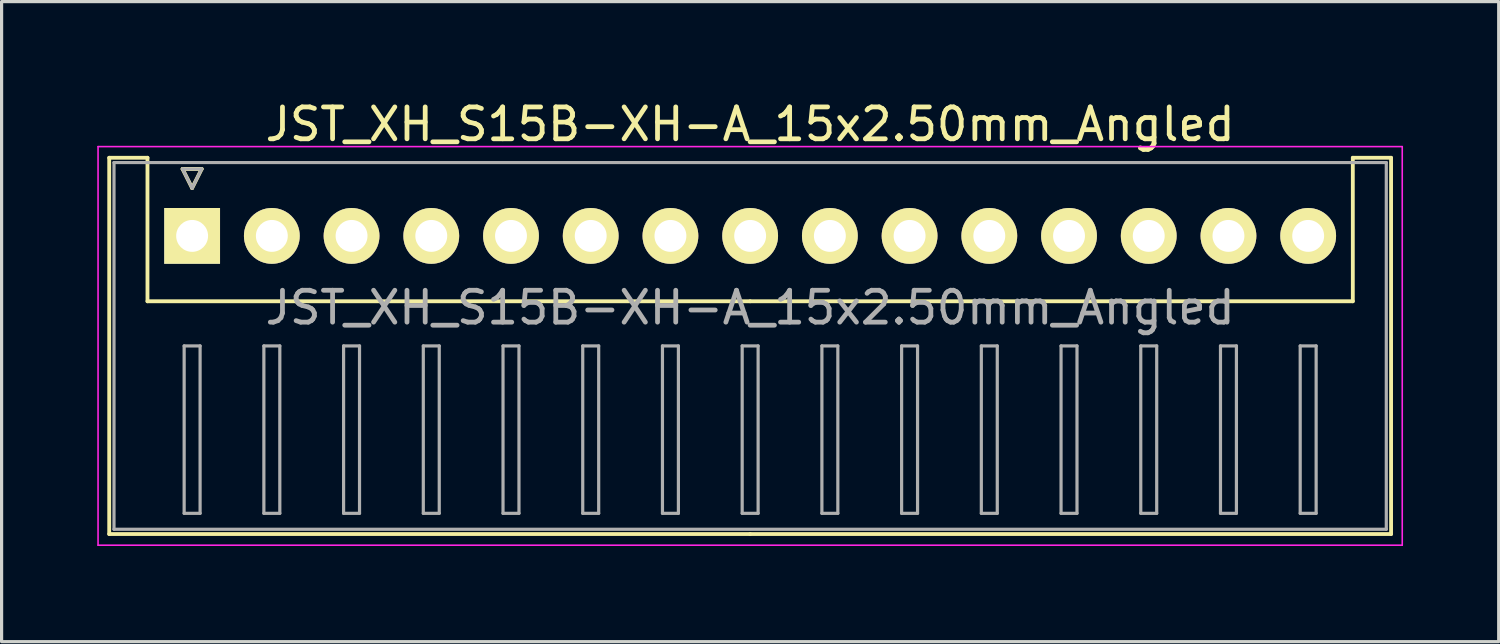
<source format=kicad_pcb>
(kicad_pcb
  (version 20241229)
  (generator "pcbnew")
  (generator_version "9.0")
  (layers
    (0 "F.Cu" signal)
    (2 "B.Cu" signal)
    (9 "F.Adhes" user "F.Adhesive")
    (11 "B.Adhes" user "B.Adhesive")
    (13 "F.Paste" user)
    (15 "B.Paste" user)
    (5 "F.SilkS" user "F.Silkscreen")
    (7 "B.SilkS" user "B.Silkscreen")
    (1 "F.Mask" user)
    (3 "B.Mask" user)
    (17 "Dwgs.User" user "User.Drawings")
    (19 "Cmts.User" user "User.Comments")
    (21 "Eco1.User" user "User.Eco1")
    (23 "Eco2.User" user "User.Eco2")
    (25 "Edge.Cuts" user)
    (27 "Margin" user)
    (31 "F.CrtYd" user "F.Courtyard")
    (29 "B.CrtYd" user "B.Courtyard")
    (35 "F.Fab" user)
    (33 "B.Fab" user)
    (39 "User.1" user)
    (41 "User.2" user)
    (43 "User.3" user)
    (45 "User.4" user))
  (footprint "JST_XH_S15B-XH-A_15x2.50mm_Angled"
    (layer "F.Cu")
    (at 2.975 4.348)
    (property "Reference" "JST_XH_S15B-XH-A_15x2.50mm_Angled" (at 17.5 -3.5 0) (layer "F.SilkS") (effects (font (size 1 1) (thickness 0.15))))
    (attr through_hole)
    (fp_line (start -2.6 -2.45) (end -1.4 -2.45) (stroke (width 0.12) (type solid)) (layer "F.SilkS"))
    (fp_line (start -2.6 9.35) (end -2.6 -2.45) (stroke (width 0.12) (type solid)) (layer "F.SilkS"))
    (fp_line (start -1.4 -2.45) (end -1.4 2.05) (stroke (width 0.12) (type solid)) (layer "F.SilkS"))
    (fp_line (start -1.4 2.05) (end 17.5 2.05) (stroke (width 0.12) (type solid)) (layer "F.SilkS"))
    (fp_line (start -0.3 -2.1) (end 0.3 -2.1) (stroke (width 0.12) (type solid)) (layer "F.SilkS"))
    (fp_line (start 0 -1.5) (end -0.3 -2.1) (stroke (width 0.12) (type solid)) (layer "F.SilkS"))
    (fp_line (start 0.3 -2.1) (end 0 -1.5) (stroke (width 0.12) (type solid)) (layer "F.SilkS"))
    (fp_line (start 17.5 9.35) (end -2.6 9.35) (stroke (width 0.12) (type solid)) (layer "F.SilkS"))
    (fp_line (start 17.5 9.35) (end 37.6 9.35) (stroke (width 0.12) (type solid)) (layer "F.SilkS"))
    (fp_line (start 36.4 -2.45) (end 36.4 2.05) (stroke (width 0.12) (type solid)) (layer "F.SilkS"))
    (fp_line (start 36.4 2.05) (end 17.5 2.05) (stroke (width 0.12) (type solid)) (layer "F.SilkS"))
    (fp_line (start 37.6 -2.45) (end 36.4 -2.45) (stroke (width 0.12) (type solid)) (layer "F.SilkS"))
    (fp_line (start 37.6 9.35) (end 37.6 -2.45) (stroke (width 0.12) (type solid)) (layer "F.SilkS"))
    (fp_line (start -2.95 -2.8) (end -2.95 9.7) (stroke (width 0.05) (type solid)) (layer "F.CrtYd"))
    (fp_line (start -2.95 9.7) (end 37.95 9.7) (stroke (width 0.05) (type solid)) (layer "F.CrtYd"))
    (fp_line (start 37.95 -2.8) (end -2.95 -2.8) (stroke (width 0.05) (type solid)) (layer "F.CrtYd"))
    (fp_line (start 37.95 9.7) (end 37.95 -2.8) (stroke (width 0.05) (type solid)) (layer "F.CrtYd"))
    (fp_line (start -2.45 -2.3) (end -2.45 9.2) (stroke (width 0.1) (type solid)) (layer "F.Fab"))
    (fp_line (start -2.45 9.2) (end 37.45 9.2) (stroke (width 0.1) (type solid)) (layer "F.Fab"))
    (fp_line (start -0.3 -2.1) (end 0.3 -2.1) (stroke (width 0.1) (type solid)) (layer "F.Fab"))
    (fp_line (start -0.25 3.45) (end -0.25 8.7) (stroke (width 0.1) (type solid)) (layer "F.Fab"))
    (fp_line (start -0.25 8.7) (end 0.25 8.7) (stroke (width 0.1) (type solid)) (layer "F.Fab"))
    (fp_line (start 0 -1.5) (end -0.3 -2.1) (stroke (width 0.1) (type solid)) (layer "F.Fab"))
    (fp_line (start 0.25 3.45) (end -0.25 3.45) (stroke (width 0.1) (type solid)) (layer "F.Fab"))
    (fp_line (start 0.25 8.7) (end 0.25 3.45) (stroke (width 0.1) (type solid)) (layer "F.Fab"))
    (fp_line (start 0.3 -2.1) (end 0 -1.5) (stroke (width 0.1) (type solid)) (layer "F.Fab"))
    (fp_line (start 2.25 3.45) (end 2.25 8.7) (stroke (width 0.1) (type solid)) (layer "F.Fab"))
    (fp_line (start 2.25 8.7) (end 2.75 8.7) (stroke (width 0.1) (type solid)) (layer "F.Fab"))
    (fp_line (start 2.75 3.45) (end 2.25 3.45) (stroke (width 0.1) (type solid)) (layer "F.Fab"))
    (fp_line (start 2.75 8.7) (end 2.75 3.45) (stroke (width 0.1) (type solid)) (layer "F.Fab"))
    (fp_line (start 4.75 3.45) (end 4.75 8.7) (stroke (width 0.1) (type solid)) (layer "F.Fab"))
    (fp_line (start 4.75 8.7) (end 5.25 8.7) (stroke (width 0.1) (type solid)) (layer "F.Fab"))
    (fp_line (start 5.25 3.45) (end 4.75 3.45) (stroke (width 0.1) (type solid)) (layer "F.Fab"))
    (fp_line (start 5.25 8.7) (end 5.25 3.45) (stroke (width 0.1) (type solid)) (layer "F.Fab"))
    (fp_line (start 7.25 3.45) (end 7.25 8.7) (stroke (width 0.1) (type solid)) (layer "F.Fab"))
    (fp_line (start 7.25 8.7) (end 7.75 8.7) (stroke (width 0.1) (type solid)) (layer "F.Fab"))
    (fp_line (start 7.75 3.45) (end 7.25 3.45) (stroke (width 0.1) (type solid)) (layer "F.Fab"))
    (fp_line (start 7.75 8.7) (end 7.75 3.45) (stroke (width 0.1) (type solid)) (layer "F.Fab"))
    (fp_line (start 9.75 3.45) (end 9.75 8.7) (stroke (width 0.1) (type solid)) (layer "F.Fab"))
    (fp_line (start 9.75 8.7) (end 10.25 8.7) (stroke (width 0.1) (type solid)) (layer "F.Fab"))
    (fp_line (start 10.25 3.45) (end 9.75 3.45) (stroke (width 0.1) (type solid)) (layer "F.Fab"))
    (fp_line (start 10.25 8.7) (end 10.25 3.45) (stroke (width 0.1) (type solid)) (layer "F.Fab"))
    (fp_line (start 12.25 3.45) (end 12.25 8.7) (stroke (width 0.1) (type solid)) (layer "F.Fab"))
    (fp_line (start 12.25 8.7) (end 12.75 8.7) (stroke (width 0.1) (type solid)) (layer "F.Fab"))
    (fp_line (start 12.75 3.45) (end 12.25 3.45) (stroke (width 0.1) (type solid)) (layer "F.Fab"))
    (fp_line (start 12.75 8.7) (end 12.75 3.45) (stroke (width 0.1) (type solid)) (layer "F.Fab"))
    (fp_line (start 14.75 3.45) (end 14.75 8.7) (stroke (width 0.1) (type solid)) (layer "F.Fab"))
    (fp_line (start 14.75 8.7) (end 15.25 8.7) (stroke (width 0.1) (type solid)) (layer "F.Fab"))
    (fp_line (start 15.25 3.45) (end 14.75 3.45) (stroke (width 0.1) (type solid)) (layer "F.Fab"))
    (fp_line (start 15.25 8.7) (end 15.25 3.45) (stroke (width 0.1) (type solid)) (layer "F.Fab"))
    (fp_line (start 17.25 3.45) (end 17.25 8.7) (stroke (width 0.1) (type solid)) (layer "F.Fab"))
    (fp_line (start 17.25 8.7) (end 17.75 8.7) (stroke (width 0.1) (type solid)) (layer "F.Fab"))
    (fp_line (start 17.75 3.45) (end 17.25 3.45) (stroke (width 0.1) (type solid)) (layer "F.Fab"))
    (fp_line (start 17.75 8.7) (end 17.75 3.45) (stroke (width 0.1) (type solid)) (layer "F.Fab"))
    (fp_line (start 19.75 3.45) (end 19.75 8.7) (stroke (width 0.1) (type solid)) (layer "F.Fab"))
    (fp_line (start 19.75 8.7) (end 20.25 8.7) (stroke (width 0.1) (type solid)) (layer "F.Fab"))
    (fp_line (start 20.25 3.45) (end 19.75 3.45) (stroke (width 0.1) (type solid)) (layer "F.Fab"))
    (fp_line (start 20.25 8.7) (end 20.25 3.45) (stroke (width 0.1) (type solid)) (layer "F.Fab"))
    (fp_line (start 22.25 3.45) (end 22.25 8.7) (stroke (width 0.1) (type solid)) (layer "F.Fab"))
    (fp_line (start 22.25 8.7) (end 22.75 8.7) (stroke (width 0.1) (type solid)) (layer "F.Fab"))
    (fp_line (start 22.75 3.45) (end 22.25 3.45) (stroke (width 0.1) (type solid)) (layer "F.Fab"))
    (fp_line (start 22.75 8.7) (end 22.75 3.45) (stroke (width 0.1) (type solid)) (layer "F.Fab"))
    (fp_line (start 24.75 3.45) (end 24.75 8.7) (stroke (width 0.1) (type solid)) (layer "F.Fab"))
    (fp_line (start 24.75 8.7) (end 25.25 8.7) (stroke (width 0.1) (type solid)) (layer "F.Fab"))
    (fp_line (start 25.25 3.45) (end 24.75 3.45) (stroke (width 0.1) (type solid)) (layer "F.Fab"))
    (fp_line (start 25.25 8.7) (end 25.25 3.45) (stroke (width 0.1) (type solid)) (layer "F.Fab"))
    (fp_line (start 27.25 3.45) (end 27.25 8.7) (stroke (width 0.1) (type solid)) (layer "F.Fab"))
    (fp_line (start 27.25 8.7) (end 27.75 8.7) (stroke (width 0.1) (type solid)) (layer "F.Fab"))
    (fp_line (start 27.75 3.45) (end 27.25 3.45) (stroke (width 0.1) (type solid)) (layer "F.Fab"))
    (fp_line (start 27.75 8.7) (end 27.75 3.45) (stroke (width 0.1) (type solid)) (layer "F.Fab"))
    (fp_line (start 29.75 3.45) (end 29.75 8.7) (stroke (width 0.1) (type solid)) (layer "F.Fab"))
    (fp_line (start 29.75 8.7) (end 30.25 8.7) (stroke (width 0.1) (type solid)) (layer "F.Fab"))
    (fp_line (start 30.25 3.45) (end 29.75 3.45) (stroke (width 0.1) (type solid)) (layer "F.Fab"))
    (fp_line (start 30.25 8.7) (end 30.25 3.45) (stroke (width 0.1) (type solid)) (layer "F.Fab"))
    (fp_line (start 32.25 3.45) (end 32.25 8.7) (stroke (width 0.1) (type solid)) (layer "F.Fab"))
    (fp_line (start 32.25 8.7) (end 32.75 8.7) (stroke (width 0.1) (type solid)) (layer "F.Fab"))
    (fp_line (start 32.75 3.45) (end 32.25 3.45) (stroke (width 0.1) (type solid)) (layer "F.Fab"))
    (fp_line (start 32.75 8.7) (end 32.75 3.45) (stroke (width 0.1) (type solid)) (layer "F.Fab"))
    (fp_line (start 34.75 3.45) (end 34.75 8.7) (stroke (width 0.1) (type solid)) (layer "F.Fab"))
    (fp_line (start 34.75 8.7) (end 35.25 8.7) (stroke (width 0.1) (type solid)) (layer "F.Fab"))
    (fp_line (start 35.25 3.45) (end 34.75 3.45) (stroke (width 0.1) (type solid)) (layer "F.Fab"))
    (fp_line (start 35.25 8.7) (end 35.25 3.45) (stroke (width 0.1) (type solid)) (layer "F.Fab"))
    (fp_line (start 37.45 -2.3) (end -2.45 -2.3) (stroke (width 0.1) (type solid)) (layer "F.Fab"))
    (fp_line (start 37.45 9.2) (end 37.45 -2.3) (stroke (width 0.1) (type solid)) (layer "F.Fab"))
    (fp_text user "${REFERENCE}" (at 17.5 2.25 0) (layer "F.Fab") (effects (font (size 1 1) (thickness 0.15))))
    (pad "1" thru_hole rect (at 0 0) (size 1.75 1.75) (drill 1) (layers "*.Cu" "*.Mask" "F.SilkS"))
    (pad "2" thru_hole circle (at 2.5 0) (size 1.75 1.75) (drill 1) (layers "*.Cu" "*.Mask" "F.SilkS"))
    (pad "3" thru_hole circle (at 5 0) (size 1.75 1.75) (drill 1) (layers "*.Cu" "*.Mask" "F.SilkS"))
    (pad "4" thru_hole circle (at 7.5 0) (size 1.75 1.75) (drill 1) (layers "*.Cu" "*.Mask" "F.SilkS"))
    (pad "5" thru_hole circle (at 10 0) (size 1.75 1.75) (drill 1) (layers "*.Cu" "*.Mask" "F.SilkS"))
    (pad "6" thru_hole circle (at 12.5 0) (size 1.75 1.75) (drill 1) (layers "*.Cu" "*.Mask" "F.SilkS"))
    (pad "7" thru_hole circle (at 15 0) (size 1.75 1.75) (drill 1) (layers "*.Cu" "*.Mask" "F.SilkS"))
    (pad "8" thru_hole circle (at 17.5 0) (size 1.75 1.75) (drill 1) (layers "*.Cu" "*.Mask" "F.SilkS"))
    (pad "9" thru_hole circle (at 20 0) (size 1.75 1.75) (drill 1) (layers "*.Cu" "*.Mask" "F.SilkS"))
    (pad "10" thru_hole circle (at 22.5 0) (size 1.75 1.75) (drill 1) (layers "*.Cu" "*.Mask" "F.SilkS"))
    (pad "11" thru_hole circle (at 25 0) (size 1.75 1.75) (drill 1) (layers "*.Cu" "*.Mask" "F.SilkS"))
    (pad "12" thru_hole circle (at 27.5 0) (size 1.75 1.75) (drill 1) (layers "*.Cu" "*.Mask" "F.SilkS"))
    (pad "13" thru_hole circle (at 30 0) (size 1.75 1.75) (drill 1) (layers "*.Cu" "*.Mask" "F.SilkS"))
    (pad "14" thru_hole circle (at 32.5 0) (size 1.75 1.75) (drill 1) (layers "*.Cu" "*.Mask" "F.SilkS"))
    (pad "15" thru_hole circle (at 35 0) (size 1.75 1.75) (drill 1) (layers "*.Cu" "*.Mask" "F.SilkS")))
  (gr_rect
    (start -3 -3)
    (end 43.95 17.073)
    (stroke (width 0.1) (type default))
    (fill no)
    (layer "Edge.Cuts")))
</source>
